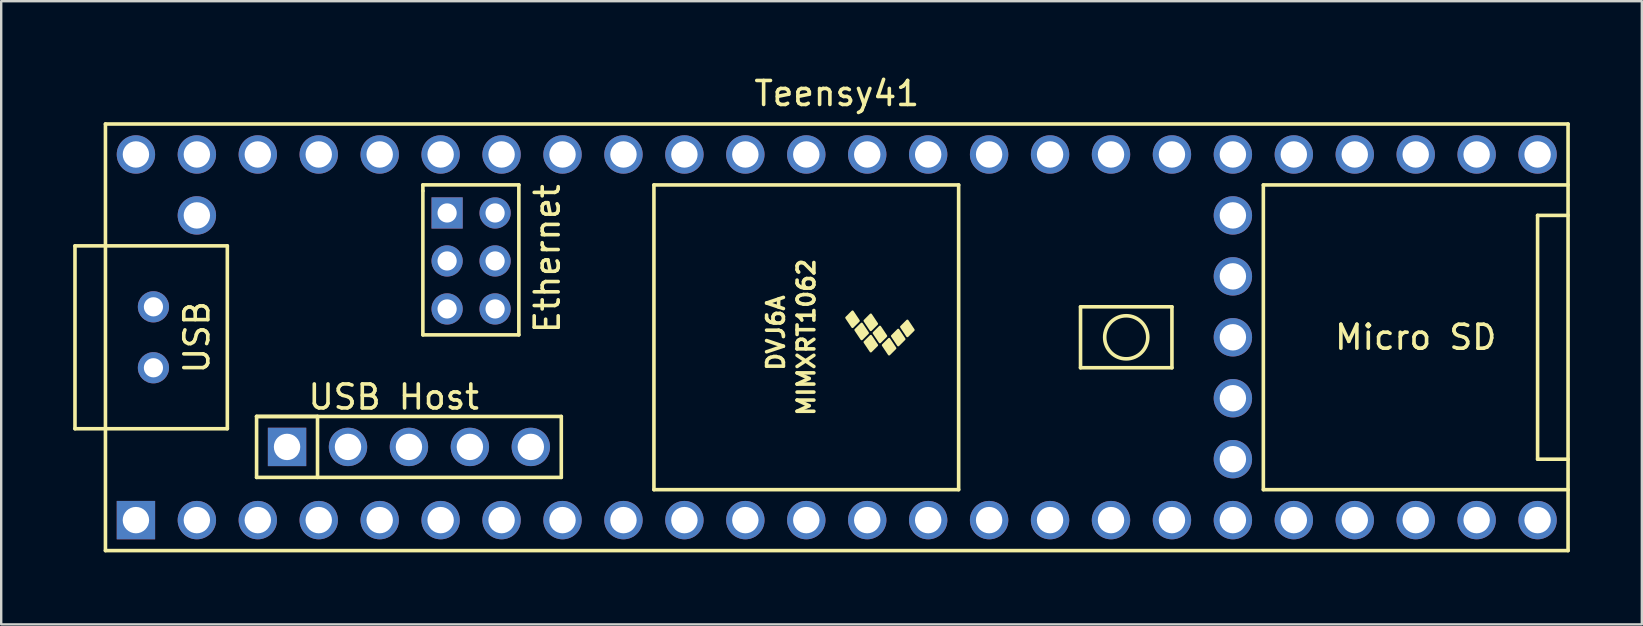
<source format=kicad_pcb>
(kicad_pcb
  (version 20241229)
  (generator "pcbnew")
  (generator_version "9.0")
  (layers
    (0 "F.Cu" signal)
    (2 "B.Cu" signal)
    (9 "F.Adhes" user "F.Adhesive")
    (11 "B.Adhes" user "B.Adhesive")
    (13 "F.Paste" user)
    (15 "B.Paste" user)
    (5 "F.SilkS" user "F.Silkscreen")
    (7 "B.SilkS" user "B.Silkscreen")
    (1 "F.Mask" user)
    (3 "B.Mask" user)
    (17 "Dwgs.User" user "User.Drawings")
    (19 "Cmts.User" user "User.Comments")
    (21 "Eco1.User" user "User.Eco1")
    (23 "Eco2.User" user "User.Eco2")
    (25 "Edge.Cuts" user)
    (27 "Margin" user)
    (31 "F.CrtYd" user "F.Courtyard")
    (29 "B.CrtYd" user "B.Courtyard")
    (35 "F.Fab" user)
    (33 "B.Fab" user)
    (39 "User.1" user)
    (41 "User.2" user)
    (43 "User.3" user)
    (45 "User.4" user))
  (footprint "Teensy41"
    (layer "F.Cu")
    (at 31.825 11.008)
    (property "Reference" "Teensy41" (at 0 -10.16 0) (layer "F.SilkS") (effects (font (size 1 1) (thickness 0.15))))
    (attr through_hole)
    (fp_line (start -31.75 -3.81) (end -30.48 -3.81) (stroke (width 0.15) (type solid)) (layer "F.SilkS"))
    (fp_line (start -31.75 3.81) (end -31.75 -3.81) (stroke (width 0.15) (type solid)) (layer "F.SilkS"))
    (fp_line (start -30.48 -8.89) (end 30.48 -8.89) (stroke (width 0.15) (type solid)) (layer "F.SilkS"))
    (fp_line (start -30.48 3.81) (end -31.75 3.81) (stroke (width 0.15) (type solid)) (layer "F.SilkS"))
    (fp_line (start -30.48 8.89) (end -30.48 -8.89) (stroke (width 0.15) (type solid)) (layer "F.SilkS"))
    (fp_line (start -25.4 -3.81) (end -30.48 -3.81) (stroke (width 0.15) (type solid)) (layer "F.SilkS"))
    (fp_line (start -25.4 3.81) (end -30.48 3.81) (stroke (width 0.15) (type solid)) (layer "F.SilkS"))
    (fp_line (start -25.4 3.81) (end -25.4 -3.81) (stroke (width 0.15) (type solid)) (layer "F.SilkS"))
    (fp_line (start -24.181 3.299) (end -21.641 3.299) (stroke (width 0.15) (type solid)) (layer "F.SilkS"))
    (fp_line (start -24.181 3.299) (end -11.481 3.299) (stroke (width 0.15) (type solid)) (layer "F.SilkS"))
    (fp_line (start -24.181 5.839) (end -24.181 3.299) (stroke (width 0.15) (type solid)) (layer "F.SilkS"))
    (fp_line (start -21.641 3.299) (end -21.641 5.839) (stroke (width 0.15) (type solid)) (layer "F.SilkS"))
    (fp_line (start -17.25 -6.352) (end -17.25 -6.102) (stroke (width 0.15) (type solid)) (layer "F.SilkS"))
    (fp_line (start -17.25 -6.102) (end -17.25 -0.102) (stroke (width 0.15) (type solid)) (layer "F.SilkS"))
    (fp_line (start -17.25 -0.102) (end -13.25 -0.102) (stroke (width 0.15) (type solid)) (layer "F.SilkS"))
    (fp_line (start -13.25 -6.352) (end -17.25 -6.352) (stroke (width 0.15) (type solid)) (layer "F.SilkS"))
    (fp_line (start -13.25 -0.102) (end -13.25 -6.352) (stroke (width 0.15) (type solid)) (layer "F.SilkS"))
    (fp_line (start -11.481 3.299) (end -11.481 5.839) (stroke (width 0.15) (type solid)) (layer "F.SilkS"))
    (fp_line (start -11.481 5.839) (end -24.181 5.839) (stroke (width 0.15) (type solid)) (layer "F.SilkS"))
    (fp_line (start -7.62 -6.35) (end -7.62 6.35) (stroke (width 0.15) (type solid)) (layer "F.SilkS"))
    (fp_line (start -7.62 6.35) (end 5.08 6.35) (stroke (width 0.15) (type solid)) (layer "F.SilkS"))
    (fp_line (start 5.08 -6.35) (end -7.62 -6.35) (stroke (width 0.15) (type solid)) (layer "F.SilkS"))
    (fp_line (start 5.08 6.35) (end 5.08 -6.35) (stroke (width 0.15) (type solid)) (layer "F.SilkS"))
    (fp_line (start 10.16 -1.27) (end 13.97 -1.27) (stroke (width 0.15) (type solid)) (layer "F.SilkS"))
    (fp_line (start 10.16 1.27) (end 10.16 -1.27) (stroke (width 0.15) (type solid)) (layer "F.SilkS"))
    (fp_line (start 13.97 -1.27) (end 13.97 1.27) (stroke (width 0.15) (type solid)) (layer "F.SilkS"))
    (fp_line (start 13.97 1.27) (end 10.16 1.27) (stroke (width 0.15) (type solid)) (layer "F.SilkS"))
    (fp_line (start 17.78 -6.35) (end 17.78 6.35) (stroke (width 0.15) (type solid)) (layer "F.SilkS"))
    (fp_line (start 17.78 6.35) (end 30.48 6.35) (stroke (width 0.15) (type solid)) (layer "F.SilkS"))
    (fp_line (start 29.21 -5.08) (end 29.21 5.08) (stroke (width 0.15) (type solid)) (layer "F.SilkS"))
    (fp_line (start 29.21 5.08) (end 30.48 5.08) (stroke (width 0.15) (type solid)) (layer "F.SilkS"))
    (fp_line (start 30.48 -8.89) (end 30.48 8.89) (stroke (width 0.15) (type solid)) (layer "F.SilkS"))
    (fp_line (start 30.48 -6.35) (end 17.78 -6.35) (stroke (width 0.15) (type solid)) (layer "F.SilkS"))
    (fp_line (start 30.48 -5.08) (end 29.21 -5.08) (stroke (width 0.15) (type solid)) (layer "F.SilkS"))
    (fp_line (start 30.48 8.89) (end -30.48 8.89) (stroke (width 0.15) (type solid)) (layer "F.SilkS"))
    (fp_circle (center 12.065 0) (end 12.7 -0.635) (stroke (width 0.15) (type solid)) (fill no) (layer "F.SilkS"))
    (fp_poly (pts (xy 0.911 -0.688) (xy 0.657 -0.434) (xy 0.403 -0.815) (xy 0.657 -1.069)) (stroke (width 0.1) (type solid)) (fill yes) (layer "F.SilkS"))
    (fp_poly (pts (xy 1.292 -0.18) (xy 1.038 0.074) (xy 0.784 -0.307) (xy 1.038 -0.561)) (stroke (width 0.1) (type solid)) (fill yes) (layer "F.SilkS"))
    (fp_poly (pts (xy 1.673 -0.561) (xy 1.419 -0.307) (xy 1.165 -0.688) (xy 1.419 -0.942)) (stroke (width 0.1) (type solid)) (fill yes) (layer "F.SilkS"))
    (fp_poly (pts (xy 1.673 0.328) (xy 1.419 0.582) (xy 1.165 0.201) (xy 1.419 -0.053)) (stroke (width 0.1) (type solid)) (fill yes) (layer "F.SilkS"))
    (fp_poly (pts (xy 2.054 -0.053) (xy 1.8 0.201) (xy 1.546 -0.18) (xy 1.8 -0.434)) (stroke (width 0.1) (type solid)) (fill yes) (layer "F.SilkS"))
    (fp_poly (pts (xy 2.435 0.455) (xy 2.181 0.709) (xy 1.927 0.328) (xy 2.181 0.074)) (stroke (width 0.1) (type solid)) (fill yes) (layer "F.SilkS"))
    (fp_poly (pts (xy 2.816 0.074) (xy 2.562 0.328) (xy 2.308 -0.053) (xy 2.562 -0.307)) (stroke (width 0.1) (type solid)) (fill yes) (layer "F.SilkS"))
    (fp_poly (pts (xy 3.197 -0.307) (xy 2.943 -0.053) (xy 2.689 -0.434) (xy 2.943 -0.688)) (stroke (width 0.1) (type solid)) (fill yes) (layer "F.SilkS"))
    (fp_text user "MIMXRT1062" (at -1.27 0 270) (layer "F.SilkS") (effects (font (size 0.7 0.7) (thickness 0.15))))
    (fp_text user "USB" (at -26.67 0 270) (layer "F.SilkS") (effects (font (size 1 1) (thickness 0.15))))
    (fp_text user "USB Host" (at -18.466 2.489 0) (layer "F.SilkS") (effects (font (size 1 1) (thickness 0.15))))
    (fp_text user "Ethernet" (at -12.065 -3.277 90) (layer "F.SilkS") (effects (font (size 1 1) (thickness 0.15))))
    (fp_text user "Micro SD" (at 24.13 0 0) (layer "F.SilkS") (effects (font (size 1 1) (thickness 0.15))))
    (fp_text user "DVJ6A" (at -2.54 -0.18 270) (layer "F.SilkS") (effects (font (size 0.7 0.7) (thickness 0.15))))
    (pad "1" thru_hole rect (at -29.21 7.62) (size 1.6 1.6) (drill 1.1) (layers "*.Cu" "*.Mask"))
    (pad "2" thru_hole circle (at -26.67 7.62) (size 1.6 1.6) (drill 1.1) (layers "*.Cu" "*.Mask"))
    (pad "3" thru_hole circle (at -24.13 7.62) (size 1.6 1.6) (drill 1.1) (layers "*.Cu" "*.Mask"))
    (pad "4" thru_hole circle (at -21.59 7.62) (size 1.6 1.6) (drill 1.1) (layers "*.Cu" "*.Mask"))
    (pad "5" thru_hole circle (at -19.05 7.62) (size 1.6 1.6) (drill 1.1) (layers "*.Cu" "*.Mask"))
    (pad "6" thru_hole circle (at -16.51 7.62) (size 1.6 1.6) (drill 1.1) (layers "*.Cu" "*.Mask"))
    (pad "7" thru_hole circle (at -13.97 7.62) (size 1.6 1.6) (drill 1.1) (layers "*.Cu" "*.Mask"))
    (pad "8" thru_hole circle (at -11.43 7.62) (size 1.6 1.6) (drill 1.1) (layers "*.Cu" "*.Mask"))
    (pad "9" thru_hole circle (at -8.89 7.62) (size 1.6 1.6) (drill 1.1) (layers "*.Cu" "*.Mask"))
    (pad "10" thru_hole circle (at -6.35 7.62) (size 1.6 1.6) (drill 1.1) (layers "*.Cu" "*.Mask"))
    (pad "11" thru_hole circle (at -3.81 7.62) (size 1.6 1.6) (drill 1.1) (layers "*.Cu" "*.Mask"))
    (pad "12" thru_hole circle (at -1.27 7.62) (size 1.6 1.6) (drill 1.1) (layers "*.Cu" "*.Mask"))
    (pad "13" thru_hole circle (at 1.27 7.62) (size 1.6 1.6) (drill 1.1) (layers "*.Cu" "*.Mask"))
    (pad "14" thru_hole circle (at 3.81 7.62) (size 1.6 1.6) (drill 1.1) (layers "*.Cu" "*.Mask"))
    (pad "15" thru_hole circle (at 6.35 7.62) (size 1.6 1.6) (drill 1.1) (layers "*.Cu" "*.Mask"))
    (pad "16" thru_hole circle (at 8.89 7.62) (size 1.6 1.6) (drill 1.1) (layers "*.Cu" "*.Mask"))
    (pad "17" thru_hole circle (at 11.43 7.62) (size 1.6 1.6) (drill 1.1) (layers "*.Cu" "*.Mask"))
    (pad "18" thru_hole circle (at 13.97 7.62) (size 1.6 1.6) (drill 1.1) (layers "*.Cu" "*.Mask"))
    (pad "19" thru_hole circle (at 16.51 7.62) (size 1.6 1.6) (drill 1.1) (layers "*.Cu" "*.Mask"))
    (pad "20" thru_hole circle (at 19.05 7.62) (size 1.6 1.6) (drill 1.1) (layers "*.Cu" "*.Mask"))
    (pad "21" thru_hole circle (at 21.59 7.62) (size 1.6 1.6) (drill 1.1) (layers "*.Cu" "*.Mask"))
    (pad "22" thru_hole circle (at 24.13 7.62) (size 1.6 1.6) (drill 1.1) (layers "*.Cu" "*.Mask"))
    (pad "23" thru_hole circle (at 26.67 7.62) (size 1.6 1.6) (drill 1.1) (layers "*.Cu" "*.Mask"))
    (pad "24" thru_hole circle (at 29.21 7.62) (size 1.6 1.6) (drill 1.1) (layers "*.Cu" "*.Mask"))
    (pad "25" thru_hole circle (at 29.21 -7.62) (size 1.6 1.6) (drill 1.1) (layers "*.Cu" "*.Mask"))
    (pad "26" thru_hole circle (at 26.67 -7.62) (size 1.6 1.6) (drill 1.1) (layers "*.Cu" "*.Mask"))
    (pad "27" thru_hole circle (at 24.13 -7.62) (size 1.6 1.6) (drill 1.1) (layers "*.Cu" "*.Mask"))
    (pad "28" thru_hole circle (at 21.59 -7.62) (size 1.6 1.6) (drill 1.1) (layers "*.Cu" "*.Mask"))
    (pad "29" thru_hole circle (at 19.05 -7.62) (size 1.6 1.6) (drill 1.1) (layers "*.Cu" "*.Mask"))
    (pad "30" thru_hole circle (at 16.51 -7.62) (size 1.6 1.6) (drill 1.1) (layers "*.Cu" "*.Mask"))
    (pad "31" thru_hole circle (at 13.97 -7.62) (size 1.6 1.6) (drill 1.1) (layers "*.Cu" "*.Mask"))
    (pad "32" thru_hole circle (at 11.43 -7.62) (size 1.6 1.6) (drill 1.1) (layers "*.Cu" "*.Mask"))
    (pad "33" thru_hole circle (at 8.89 -7.62) (size 1.6 1.6) (drill 1.1) (layers "*.Cu" "*.Mask"))
    (pad "34" thru_hole circle (at 6.35 -7.62) (size 1.6 1.6) (drill 1.1) (layers "*.Cu" "*.Mask"))
    (pad "35" thru_hole circle (at 3.81 -7.62) (size 1.6 1.6) (drill 1.1) (layers "*.Cu" "*.Mask"))
    (pad "36" thru_hole circle (at 1.27 -7.62) (size 1.6 1.6) (drill 1.1) (layers "*.Cu" "*.Mask"))
    (pad "37" thru_hole circle (at -1.27 -7.62) (size 1.6 1.6) (drill 1.1) (layers "*.Cu" "*.Mask"))
    (pad "38" thru_hole circle (at -3.81 -7.62) (size 1.6 1.6) (drill 1.1) (layers "*.Cu" "*.Mask"))
    (pad "39" thru_hole circle (at -6.35 -7.62) (size 1.6 1.6) (drill 1.1) (layers "*.Cu" "*.Mask"))
    (pad "40" thru_hole circle (at -8.89 -7.62) (size 1.6 1.6) (drill 1.1) (layers "*.Cu" "*.Mask"))
    (pad "41" thru_hole circle (at -11.43 -7.62) (size 1.6 1.6) (drill 1.1) (layers "*.Cu" "*.Mask"))
    (pad "42" thru_hole circle (at -13.97 -7.62) (size 1.6 1.6) (drill 1.1) (layers "*.Cu" "*.Mask"))
    (pad "43" thru_hole circle (at -16.51 -7.62) (size 1.6 1.6) (drill 1.1) (layers "*.Cu" "*.Mask"))
    (pad "44" thru_hole circle (at -19.05 -7.62) (size 1.6 1.6) (drill 1.1) (layers "*.Cu" "*.Mask"))
    (pad "45" thru_hole circle (at -21.59 -7.62) (size 1.6 1.6) (drill 1.1) (layers "*.Cu" "*.Mask"))
    (pad "46" thru_hole circle (at -24.13 -7.62) (size 1.6 1.6) (drill 1.1) (layers "*.Cu" "*.Mask"))
    (pad "47" thru_hole circle (at -26.67 -7.62) (size 1.6 1.6) (drill 1.1) (layers "*.Cu" "*.Mask"))
    (pad "48" thru_hole circle (at -29.21 -7.62) (size 1.6 1.6) (drill 1.1) (layers "*.Cu" "*.Mask"))
    (pad "49" thru_hole circle (at -26.67 -5.08) (size 1.6 1.6) (drill 1.1) (layers "*.Cu" "*.Mask"))
    (pad "50" thru_hole circle (at 16.51 5.08) (size 1.6 1.6) (drill 1.1) (layers "*.Cu" "*.Mask"))
    (pad "51" thru_hole circle (at 16.51 2.54) (size 1.6 1.6) (drill 1.1) (layers "*.Cu" "*.Mask"))
    (pad "52" thru_hole circle (at 16.51 0) (size 1.6 1.6) (drill 1.1) (layers "*.Cu" "*.Mask"))
    (pad "53" thru_hole circle (at 16.51 -2.54) (size 1.6 1.6) (drill 1.1) (layers "*.Cu" "*.Mask"))
    (pad "54" thru_hole circle (at 16.51 -5.08) (size 1.6 1.6) (drill 1.1) (layers "*.Cu" "*.Mask"))
    (pad "55" thru_hole rect (at -22.911 4.569) (size 1.6 1.6) (drill 1.1) (layers "*.Cu" "*.Mask"))
    (pad "56" thru_hole circle (at -20.371 4.569) (size 1.6 1.6) (drill 1.1) (layers "*.Cu" "*.Mask"))
    (pad "57" thru_hole circle (at -17.831 4.569) (size 1.6 1.6) (drill 1.1) (layers "*.Cu" "*.Mask"))
    (pad "58" thru_hole circle (at -15.291 4.569) (size 1.6 1.6) (drill 1.1) (layers "*.Cu" "*.Mask"))
    (pad "59" thru_hole circle (at -12.751 4.569) (size 1.6 1.6) (drill 1.1) (layers "*.Cu" "*.Mask"))
    (pad "60" thru_hole rect (at -16.24 -5.182) (size 1.3 1.3) (drill 0.8) (layers "*.Cu" "*.Mask"))
    (pad "61" thru_hole circle (at -16.24 -3.182) (size 1.3 1.3) (drill 0.8) (layers "*.Cu" "*.Mask"))
    (pad "62" thru_hole circle (at -16.24 -1.182) (size 1.3 1.3) (drill 0.8) (layers "*.Cu" "*.Mask"))
    (pad "63" thru_hole circle (at -14.24 -1.182) (size 1.3 1.3) (drill 0.8) (layers "*.Cu" "*.Mask"))
    (pad "64" thru_hole circle (at -14.24 -3.182) (size 1.3 1.3) (drill 0.8) (layers "*.Cu" "*.Mask"))
    (pad "65" thru_hole circle (at -14.24 -5.182) (size 1.3 1.3) (drill 0.8) (layers "*.Cu" "*.Mask"))
    (pad "66" thru_hole circle (at -28.48 -1.27) (size 1.3 1.3) (drill 0.8) (layers "*.Cu" "*.Mask"))
    (pad "67" thru_hole circle (at -28.48 1.27) (size 1.3 1.3) (drill 0.8) (layers "*.Cu" "*.Mask")))
  (gr_rect
    (start -3 -3)
    (end 65.38 22.973)
    (stroke (width 0.1) (type default))
    (fill no)
    (layer "Edge.Cuts")))
</source>
